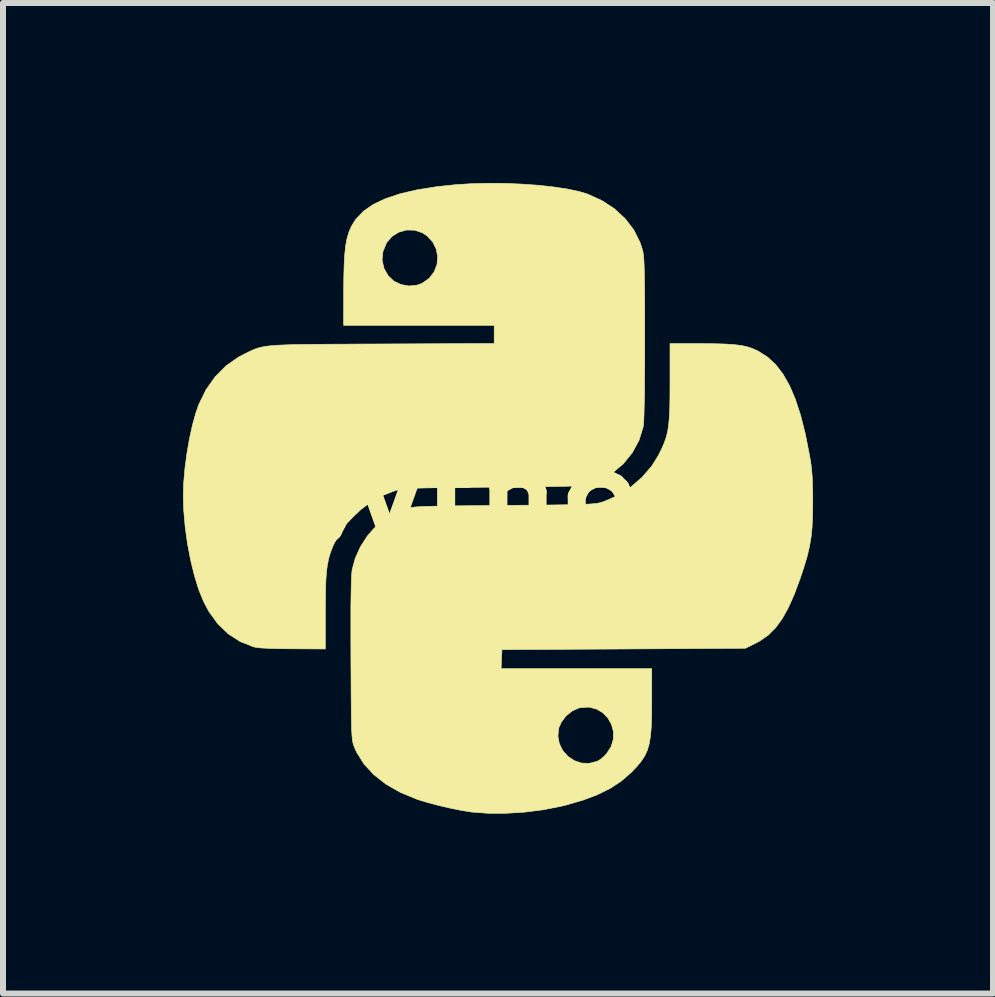
<source format=kicad_pcb>
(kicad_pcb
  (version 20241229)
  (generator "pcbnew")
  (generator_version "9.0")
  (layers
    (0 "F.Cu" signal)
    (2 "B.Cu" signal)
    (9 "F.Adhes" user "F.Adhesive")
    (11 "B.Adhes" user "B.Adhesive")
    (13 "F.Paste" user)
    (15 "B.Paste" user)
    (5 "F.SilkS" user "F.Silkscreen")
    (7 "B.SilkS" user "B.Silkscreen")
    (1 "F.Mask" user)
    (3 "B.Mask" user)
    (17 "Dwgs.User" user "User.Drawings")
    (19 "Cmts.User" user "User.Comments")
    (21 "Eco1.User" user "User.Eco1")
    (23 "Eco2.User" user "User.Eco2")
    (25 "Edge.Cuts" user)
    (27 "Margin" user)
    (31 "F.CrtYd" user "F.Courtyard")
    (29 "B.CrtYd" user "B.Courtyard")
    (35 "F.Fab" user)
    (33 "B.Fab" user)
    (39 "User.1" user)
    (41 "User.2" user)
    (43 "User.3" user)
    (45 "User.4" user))
  (footprint "python"
    (layer "F.Cu")
    (at 5.258 5.258)
    (property "Reference" "python" (at 0 0 0) (layer "F.SilkS") (effects (font (size 1.524 1.524) (thickness 0.3))))
    (attr through_hole)
    (fp_poly (pts (xy 0.111 -5.251) (xy 0.392 -5.239) (xy 0.663 -5.22) (xy 0.916 -5.192) (xy 1.145 -5.158) (xy 1.341 -5.117) (xy 1.484 -5.074) (xy 1.723 -4.966) (xy 1.935 -4.828) (xy 2.114 -4.662) (xy 2.258 -4.474) (xy 2.362 -4.265) (xy 2.403 -4.139) (xy 2.411 -4.102) (xy 2.418 -4.056) (xy 2.423 -3.996) (xy 2.428 -3.918) (xy 2.431 -3.819) (xy 2.434 -3.695) (xy 2.436 -3.541) (xy 2.438 -3.355) (xy 2.439 -3.132) (xy 2.439 -2.869) (xy 2.439 -2.658) (xy 2.439 -2.318) (xy 2.437 -2.022) (xy 2.435 -1.768) (xy 2.431 -1.56) (xy 2.427 -1.396) (xy 2.422 -1.277) (xy 2.416 -1.205) (xy 2.413 -1.191) (xy 2.344 -0.967) (xy 2.232 -0.761) (xy 2.083 -0.578) (xy 1.897 -0.42) (xy 1.679 -0.29) (xy 1.561 -0.238) (xy 1.537 -0.231) (xy 1.504 -0.224) (xy 1.459 -0.218) (xy 1.399 -0.213) (xy 1.319 -0.209) (xy 1.216 -0.205) (xy 1.088 -0.201) (xy 0.929 -0.198) (xy 0.738 -0.196) (xy 0.51 -0.193) (xy 0.242 -0.19) (xy -0.059 -0.187) (xy -0.363 -0.185) (xy -0.625 -0.182) (xy -0.847 -0.18) (xy -1.034 -0.178) (xy -1.188 -0.175) (xy -1.315 -0.172) (xy -1.416 -0.169) (xy -1.497 -0.165) (xy -1.561 -0.16) (xy -1.611 -0.154) (xy -1.652 -0.147) (xy -1.687 -0.139) (xy -1.719 -0.129) (xy -1.747 -0.12) (xy -1.946 -0.042) (xy -2.122 0.056) (xy -2.289 0.183) (xy -2.417 0.303) (xy -2.519 0.409) (xy -2.594 0.5) (xy -2.654 0.59) (xy -2.71 0.693) (xy -2.715 0.704) (xy -2.762 0.805) (xy -2.799 0.901) (xy -2.828 0.999) (xy -2.85 1.105) (xy -2.866 1.226) (xy -2.876 1.369) (xy -2.882 1.542) (xy -2.884 1.75) (xy -2.885 1.887) (xy -2.885 2.51) (xy -3.43 2.507) (xy -3.65 2.505) (xy -3.826 2.5) (xy -3.957 2.493) (xy -4.047 2.482) (xy -4.081 2.475) (xy -4.303 2.387) (xy -4.502 2.259) (xy -4.677 2.091) (xy -4.826 1.885) (xy -4.911 1.726) (xy -4.993 1.527) (xy -5.066 1.291) (xy -5.13 1.03) (xy -5.183 0.752) (xy -5.222 0.468) (xy -5.246 0.189) (xy -5.253 -0.04) (xy -5.246 -0.261) (xy -5.225 -0.502) (xy -5.192 -0.751) (xy -5.149 -0.997) (xy -5.098 -1.229) (xy -5.041 -1.433) (xy -4.994 -1.566) (xy -4.874 -1.811) (xy -4.722 -2.027) (xy -4.541 -2.209) (xy -4.334 -2.354) (xy -4.26 -2.393) (xy -4.2 -2.423) (xy -4.146 -2.45) (xy -4.096 -2.473) (xy -4.047 -2.493) (xy -3.994 -2.51) (xy -3.936 -2.524) (xy -3.867 -2.536) (xy -3.786 -2.545) (xy -3.688 -2.553) (xy -3.57 -2.558) (xy -3.428 -2.563) (xy -3.26 -2.566) (xy -3.061 -2.568) (xy -2.829 -2.57) (xy -2.559 -2.571) (xy -2.249 -2.573) (xy -1.941 -2.574) (xy -0.07 -2.582) (xy -0.07 -2.885) (xy -2.58 -2.885) (xy -2.579 -3.43) (xy -2.577 -3.683) (xy -2.571 -3.895) (xy -2.567 -3.973) (xy -1.939 -3.973) (xy -1.907 -3.834) (xy -1.837 -3.711) (xy -1.743 -3.622) (xy -1.624 -3.565) (xy -1.491 -3.541) (xy -1.358 -3.554) (xy -1.268 -3.587) (xy -1.152 -3.67) (xy -1.071 -3.776) (xy -1.024 -3.897) (xy -1.012 -4.026) (xy -1.035 -4.153) (xy -1.093 -4.272) (xy -1.185 -4.373) (xy -1.266 -4.427) (xy -1.395 -4.471) (xy -1.529 -4.474) (xy -1.658 -4.439) (xy -1.772 -4.369) (xy -1.86 -4.267) (xy -1.864 -4.261) (xy -1.924 -4.117) (xy -1.939 -3.973) (xy -2.567 -3.973) (xy -2.561 -4.071) (xy -2.545 -4.217) (xy -2.522 -4.338) (xy -2.491 -4.441) (xy -2.452 -4.531) (xy -2.404 -4.613) (xy -2.37 -4.661) (xy -2.248 -4.788) (xy -2.087 -4.9) (xy -1.884 -4.996) (xy -1.639 -5.078) (xy -1.352 -5.144) (xy -1.021 -5.197) (xy -0.715 -5.229) (xy -0.45 -5.246) (xy -0.172 -5.253) (xy 0.111 -5.251)) (stroke (width 0.01) (type solid)) (fill yes) (layer "F.SilkS"))
    (fp_poly (pts (xy 3.395 -2.58) (xy 3.609 -2.578) (xy 3.783 -2.573) (xy 3.924 -2.564) (xy 4.04 -2.55) (xy 4.138 -2.53) (xy 4.224 -2.502) (xy 4.306 -2.467) (xy 4.333 -2.453) (xy 4.485 -2.357) (xy 4.621 -2.232) (xy 4.744 -2.073) (xy 4.853 -1.881) (xy 4.951 -1.651) (xy 5.039 -1.381) (xy 5.117 -1.07) (xy 5.187 -0.715) (xy 5.189 -0.704) (xy 5.209 -0.583) (xy 5.222 -0.468) (xy 5.232 -0.348) (xy 5.237 -0.211) (xy 5.24 -0.046) (xy 5.24 0.07) (xy 5.237 0.292) (xy 5.229 0.48) (xy 5.212 0.647) (xy 5.185 0.806) (xy 5.146 0.969) (xy 5.092 1.15) (xy 5.029 1.339) (xy 4.931 1.603) (xy 4.832 1.825) (xy 4.729 2.009) (xy 4.619 2.159) (xy 4.499 2.278) (xy 4.366 2.372) (xy 4.298 2.409) (xy 4.119 2.498) (xy 2.089 2.51) (xy 0.059 2.521) (xy 0.045 2.838) (xy 2.556 2.838) (xy 2.556 3.384) (xy 2.555 3.613) (xy 2.549 3.802) (xy 2.536 3.958) (xy 2.515 4.087) (xy 2.484 4.196) (xy 2.44 4.292) (xy 2.381 4.382) (xy 2.307 4.472) (xy 2.214 4.568) (xy 2.207 4.575) (xy 2.048 4.713) (xy 1.864 4.834) (xy 1.651 4.939) (xy 1.404 5.032) (xy 1.117 5.115) (xy 1.023 5.137) (xy 0.739 5.192) (xy 0.435 5.23) (xy 0.127 5.249) (xy -0.17 5.249) (xy -0.441 5.229) (xy -0.457 5.227) (xy -0.618 5.201) (xy -0.805 5.163) (xy -1 5.118) (xy -1.185 5.069) (xy -1.343 5.02) (xy -1.358 5.015) (xy -1.634 4.901) (xy -1.874 4.764) (xy -2.077 4.605) (xy -2.241 4.427) (xy -2.363 4.231) (xy -2.397 4.157) (xy -2.408 4.127) (xy -2.418 4.099) (xy -2.426 4.067) (xy -2.433 4.028) (xy -2.438 3.978) (xy -2.44 3.961) (xy 0.992 3.961) (xy 1.016 4.09) (xy 1.074 4.205) (xy 1.159 4.301) (xy 1.264 4.371) (xy 1.385 4.412) (xy 1.514 4.417) (xy 1.645 4.383) (xy 1.668 4.372) (xy 1.722 4.335) (xy 1.782 4.279) (xy 1.8 4.26) (xy 1.878 4.141) (xy 1.916 4.015) (xy 1.918 3.888) (xy 1.886 3.769) (xy 1.825 3.661) (xy 1.74 3.573) (xy 1.633 3.51) (xy 1.508 3.479) (xy 1.371 3.487) (xy 1.336 3.495) (xy 1.227 3.545) (xy 1.125 3.629) (xy 1.047 3.733) (xy 1.008 3.823) (xy 0.992 3.961) (xy -2.44 3.961) (xy -2.443 3.913) (xy -2.447 3.829) (xy -2.449 3.722) (xy -2.452 3.588) (xy -2.453 3.423) (xy -2.455 3.223) (xy -2.456 2.984) (xy -2.458 2.703) (xy -2.458 2.685) (xy -2.459 2.351) (xy -2.459 2.062) (xy -2.459 1.817) (xy -2.456 1.613) (xy -2.453 1.45) (xy -2.449 1.324) (xy -2.443 1.235) (xy -2.438 1.188) (xy -2.387 0.999) (xy -2.3 0.807) (xy -2.186 0.629) (xy -2.077 0.503) (xy -1.93 0.374) (xy -1.772 0.273) (xy -1.587 0.19) (xy -1.56 0.18) (xy -1.53 0.17) (xy -1.5 0.161) (xy -1.466 0.154) (xy -1.424 0.148) (xy -1.37 0.142) (xy -1.301 0.138) (xy -1.213 0.134) (xy -1.102 0.131) (xy -0.965 0.128) (xy -0.797 0.126) (xy -0.596 0.123) (xy -0.358 0.121) (xy -0.078 0.118) (xy 0.094 0.117) (xy 0.398 0.114) (xy 0.658 0.112) (xy 0.88 0.11) (xy 1.065 0.107) (xy 1.219 0.105) (xy 1.344 0.102) (xy 1.444 0.098) (xy 1.524 0.094) (xy 1.587 0.089) (xy 1.636 0.084) (xy 1.675 0.077) (xy 1.709 0.069) (xy 1.74 0.059) (xy 1.759 0.053) (xy 1.986 -0.047) (xy 2.201 -0.184) (xy 2.394 -0.351) (xy 2.558 -0.541) (xy 2.669 -0.72) (xy 2.721 -0.825) (xy 2.763 -0.921) (xy 2.796 -1.015) (xy 2.821 -1.114) (xy 2.838 -1.225) (xy 2.85 -1.355) (xy 2.857 -1.511) (xy 2.86 -1.701) (xy 2.861 -1.927) (xy 2.861 -2.58) (xy 3.395 -2.58)) (stroke (width 0.01) (type solid)) (fill yes) (layer "F.SilkS")))
  (gr_rect
    (start -3 -3)
    (end 13.503 13.512)
    (stroke (width 0.1) (type default))
    (fill no)
    (layer "Edge.Cuts")))
</source>
